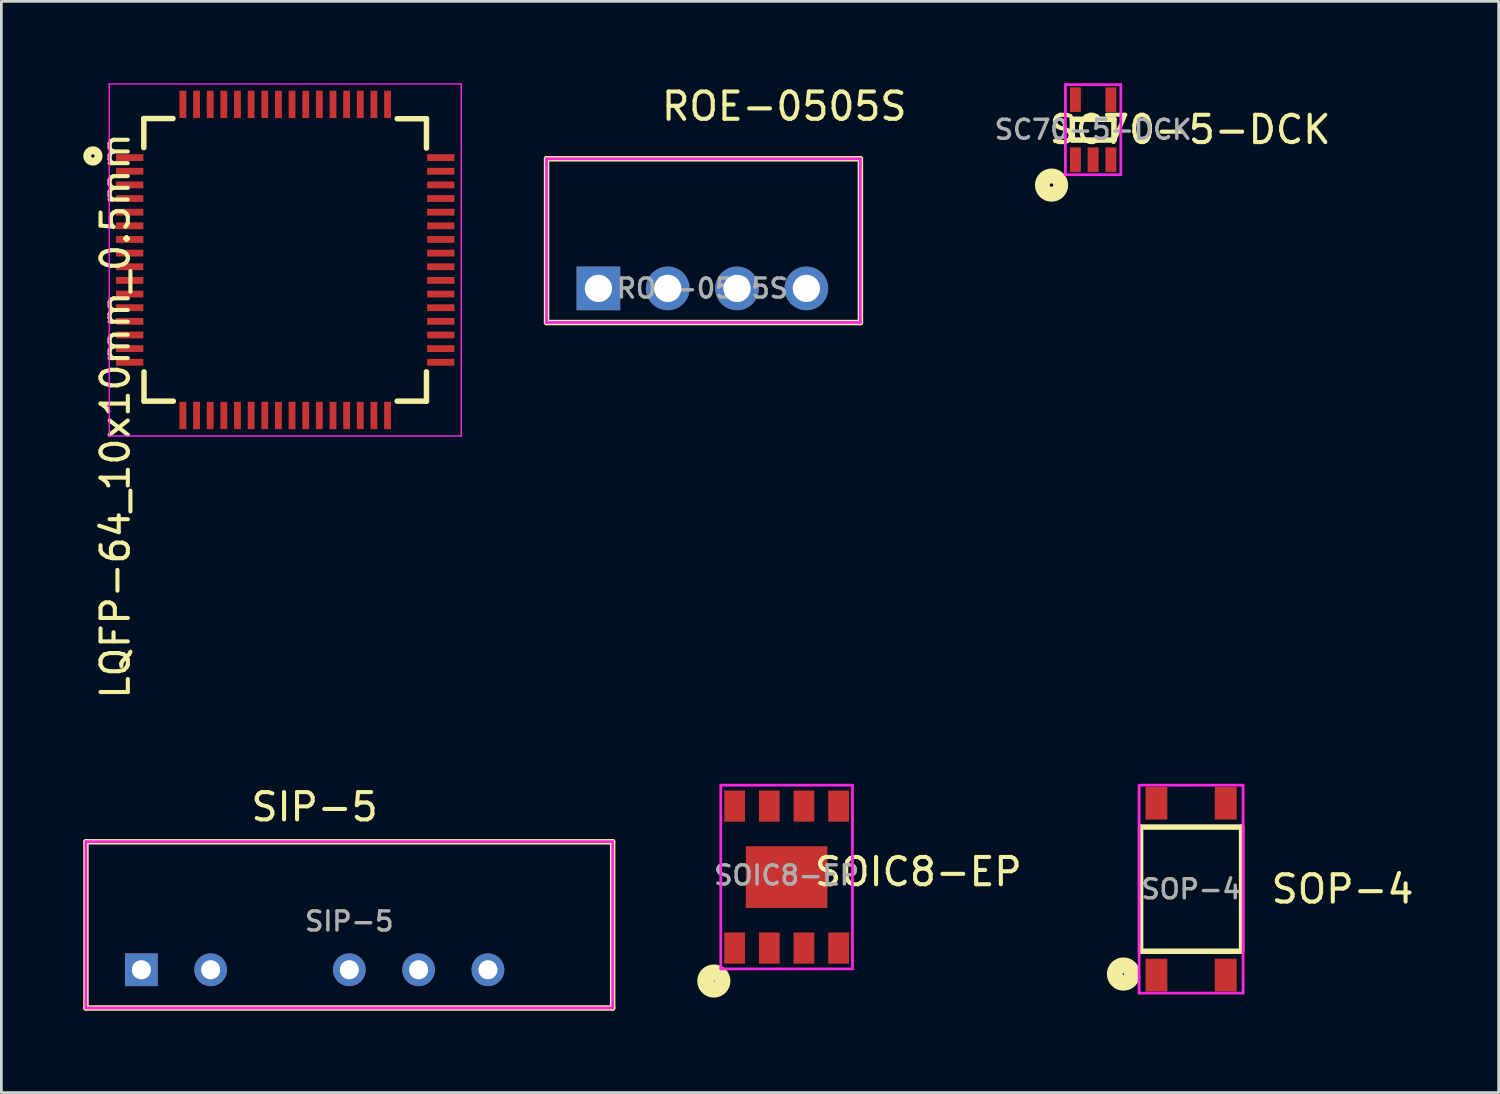
<source format=kicad_pcb>
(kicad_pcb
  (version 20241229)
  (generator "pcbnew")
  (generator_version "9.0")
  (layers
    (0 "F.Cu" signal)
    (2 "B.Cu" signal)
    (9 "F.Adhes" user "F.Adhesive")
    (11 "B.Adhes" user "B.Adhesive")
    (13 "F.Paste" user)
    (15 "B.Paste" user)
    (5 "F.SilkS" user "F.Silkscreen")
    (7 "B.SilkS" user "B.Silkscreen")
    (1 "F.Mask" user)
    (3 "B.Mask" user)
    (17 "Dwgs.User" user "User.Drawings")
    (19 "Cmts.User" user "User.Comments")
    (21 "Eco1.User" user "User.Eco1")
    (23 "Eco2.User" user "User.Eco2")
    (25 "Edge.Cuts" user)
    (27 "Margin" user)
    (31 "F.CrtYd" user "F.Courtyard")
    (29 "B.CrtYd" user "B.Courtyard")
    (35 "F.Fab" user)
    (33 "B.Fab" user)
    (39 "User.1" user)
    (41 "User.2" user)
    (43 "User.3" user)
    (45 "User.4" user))
  (footprint "LQFP-64_10x10mm_0.5mm"
    (placed yes)
    (layer "F.Cu")
    (at 7.402 6.475)
    (property "Reference" "LQFP-64_10x10mm_0.5mm" (at -6.223 5.715 90) (layer "F.SilkS") (effects (font (size 1 1) (thickness 0.15))))
    (attr smd)
    (fp_line (start -5.182 -5.182) (end -5.182 -4.115) (stroke (width 0.2) (type solid)) (layer "F.SilkS"))
    (fp_line (start -5.175 5.175) (end -5.175 4.1) (stroke (width 0.2) (type solid)) (layer "F.SilkS"))
    (fp_line (start -5.175 5.175) (end -4.1 5.175) (stroke (width 0.2) (type solid)) (layer "F.SilkS"))
    (fp_line (start -4.115 -5.182) (end -5.182 -5.182) (stroke (width 0.2) (type solid)) (layer "F.SilkS"))
    (fp_line (start 5.175 -5.175) (end 4.1 -5.175) (stroke (width 0.2) (type solid)) (layer "F.SilkS"))
    (fp_line (start 5.175 -5.175) (end 5.175 -4.1) (stroke (width 0.2) (type solid)) (layer "F.SilkS"))
    (fp_line (start 5.175 5.175) (end 4.1 5.175) (stroke (width 0.2) (type solid)) (layer "F.SilkS"))
    (fp_line (start 5.175 5.175) (end 5.175 4.1) (stroke (width 0.2) (type solid)) (layer "F.SilkS"))
    (fp_circle (center -7.048 -3.81) (end -6.985 -3.81) (stroke (width 0.2) (type solid)) (fill no) (layer "F.SilkS"))
    (fp_circle (center -7.048 -3.81) (end -6.795 -3.81) (stroke (width 0.2) (type solid)) (fill no) (layer "F.SilkS"))
    (fp_line (start -6.45 -6.45) (end -6.45 6.45) (stroke (width 0.05) (type solid)) (layer "F.CrtYd"))
    (fp_line (start -6.45 -6.45) (end 6.45 -6.45) (stroke (width 0.05) (type solid)) (layer "F.CrtYd"))
    (fp_line (start -6.45 6.45) (end 6.45 6.45) (stroke (width 0.05) (type solid)) (layer "F.CrtYd"))
    (fp_line (start 6.45 -6.45) (end 6.45 6.45) (stroke (width 0.05) (type solid)) (layer "F.CrtYd"))
    (pad "1" smd rect (at -5.7 -3.75) (size 1 0.25) (layers "F.Cu" "F.Mask" "F.Paste"))
    (pad "2" smd rect (at -5.7 -3.25) (size 1 0.25) (layers "F.Cu" "F.Mask" "F.Paste"))
    (pad "3" smd rect (at -5.7 -2.75) (size 1 0.25) (layers "F.Cu" "F.Mask" "F.Paste"))
    (pad "4" smd rect (at -5.7 -2.25) (size 1 0.25) (layers "F.Cu" "F.Mask" "F.Paste"))
    (pad "5" smd rect (at -5.7 -1.75) (size 1 0.25) (layers "F.Cu" "F.Mask" "F.Paste"))
    (pad "6" smd rect (at -5.7 -1.25) (size 1 0.25) (layers "F.Cu" "F.Mask" "F.Paste"))
    (pad "7" smd rect (at -5.7 -0.75) (size 1 0.25) (layers "F.Cu" "F.Mask" "F.Paste"))
    (pad "8" smd rect (at -5.7 -0.25) (size 1 0.25) (layers "F.Cu" "F.Mask" "F.Paste"))
    (pad "9" smd rect (at -5.7 0.25) (size 1 0.25) (layers "F.Cu" "F.Mask" "F.Paste"))
    (pad "10" smd rect (at -5.7 0.75) (size 1 0.25) (layers "F.Cu" "F.Mask" "F.Paste"))
    (pad "11" smd rect (at -5.7 1.25) (size 1 0.25) (layers "F.Cu" "F.Mask" "F.Paste"))
    (pad "12" smd rect (at -5.7 1.75) (size 1 0.25) (layers "F.Cu" "F.Mask" "F.Paste"))
    (pad "13" smd rect (at -5.7 2.25) (size 1 0.25) (layers "F.Cu" "F.Mask" "F.Paste"))
    (pad "14" smd rect (at -5.7 2.75) (size 1 0.25) (layers "F.Cu" "F.Mask" "F.Paste"))
    (pad "15" smd rect (at -5.7 3.25) (size 1 0.25) (layers "F.Cu" "F.Mask" "F.Paste"))
    (pad "16" smd rect (at -5.7 3.75) (size 1 0.25) (layers "F.Cu" "F.Mask" "F.Paste"))
    (pad "17" smd rect (at -3.75 5.7 90) (size 1 0.25) (layers "F.Cu" "F.Mask" "F.Paste"))
    (pad "18" smd rect (at -3.25 5.7 90) (size 1 0.25) (layers "F.Cu" "F.Mask" "F.Paste"))
    (pad "19" smd rect (at -2.75 5.7 90) (size 1 0.25) (layers "F.Cu" "F.Mask" "F.Paste"))
    (pad "20" smd rect (at -2.25 5.7 90) (size 1 0.25) (layers "F.Cu" "F.Mask" "F.Paste"))
    (pad "21" smd rect (at -1.75 5.7 90) (size 1 0.25) (layers "F.Cu" "F.Mask" "F.Paste"))
    (pad "22" smd rect (at -1.25 5.7 90) (size 1 0.25) (layers "F.Cu" "F.Mask" "F.Paste"))
    (pad "23" smd rect (at -0.75 5.7 90) (size 1 0.25) (layers "F.Cu" "F.Mask" "F.Paste"))
    (pad "24" smd rect (at -0.25 5.7 90) (size 1 0.25) (layers "F.Cu" "F.Mask" "F.Paste"))
    (pad "25" smd rect (at 0.25 5.7 90) (size 1 0.25) (layers "F.Cu" "F.Mask" "F.Paste"))
    (pad "26" smd rect (at 0.75 5.7 90) (size 1 0.25) (layers "F.Cu" "F.Mask" "F.Paste"))
    (pad "27" smd rect (at 1.25 5.7 90) (size 1 0.25) (layers "F.Cu" "F.Mask" "F.Paste"))
    (pad "28" smd rect (at 1.75 5.7 90) (size 1 0.25) (layers "F.Cu" "F.Mask" "F.Paste"))
    (pad "29" smd rect (at 2.25 5.7 90) (size 1 0.25) (layers "F.Cu" "F.Mask" "F.Paste"))
    (pad "30" smd rect (at 2.75 5.7 90) (size 1 0.25) (layers "F.Cu" "F.Mask" "F.Paste"))
    (pad "31" smd rect (at 3.25 5.7 90) (size 1 0.25) (layers "F.Cu" "F.Mask" "F.Paste"))
    (pad "32" smd rect (at 3.75 5.7 90) (size 1 0.25) (layers "F.Cu" "F.Mask" "F.Paste"))
    (pad "33" smd rect (at 5.7 3.75) (size 1 0.25) (layers "F.Cu" "F.Mask" "F.Paste"))
    (pad "34" smd rect (at 5.7 3.25) (size 1 0.25) (layers "F.Cu" "F.Mask" "F.Paste"))
    (pad "35" smd rect (at 5.7 2.75) (size 1 0.25) (layers "F.Cu" "F.Mask" "F.Paste"))
    (pad "36" smd rect (at 5.7 2.25) (size 1 0.25) (layers "F.Cu" "F.Mask" "F.Paste"))
    (pad "37" smd rect (at 5.7 1.75) (size 1 0.25) (layers "F.Cu" "F.Mask" "F.Paste"))
    (pad "38" smd rect (at 5.7 1.25) (size 1 0.25) (layers "F.Cu" "F.Mask" "F.Paste"))
    (pad "39" smd rect (at 5.7 0.75) (size 1 0.25) (layers "F.Cu" "F.Mask" "F.Paste"))
    (pad "40" smd rect (at 5.7 0.25) (size 1 0.25) (layers "F.Cu" "F.Mask" "F.Paste"))
    (pad "41" smd rect (at 5.7 -0.25) (size 1 0.25) (layers "F.Cu" "F.Mask" "F.Paste"))
    (pad "42" smd rect (at 5.7 -0.75) (size 1 0.25) (layers "F.Cu" "F.Mask" "F.Paste"))
    (pad "43" smd rect (at 5.7 -1.25) (size 1 0.25) (layers "F.Cu" "F.Mask" "F.Paste"))
    (pad "44" smd rect (at 5.7 -1.75) (size 1 0.25) (layers "F.Cu" "F.Mask" "F.Paste"))
    (pad "45" smd rect (at 5.7 -2.25) (size 1 0.25) (layers "F.Cu" "F.Mask" "F.Paste"))
    (pad "46" smd rect (at 5.7 -2.75) (size 1 0.25) (layers "F.Cu" "F.Mask" "F.Paste"))
    (pad "47" smd rect (at 5.7 -3.25) (size 1 0.25) (layers "F.Cu" "F.Mask" "F.Paste"))
    (pad "48" smd rect (at 5.7 -3.75) (size 1 0.25) (layers "F.Cu" "F.Mask" "F.Paste"))
    (pad "49" smd rect (at 3.75 -5.7 90) (size 1 0.25) (layers "F.Cu" "F.Mask" "F.Paste"))
    (pad "50" smd rect (at 3.25 -5.7 90) (size 1 0.25) (layers "F.Cu" "F.Mask" "F.Paste"))
    (pad "51" smd rect (at 2.75 -5.7 90) (size 1 0.25) (layers "F.Cu" "F.Mask" "F.Paste"))
    (pad "52" smd rect (at 2.25 -5.7 90) (size 1 0.25) (layers "F.Cu" "F.Mask" "F.Paste"))
    (pad "53" smd rect (at 1.75 -5.7 90) (size 1 0.25) (layers "F.Cu" "F.Mask" "F.Paste"))
    (pad "54" smd rect (at 1.25 -5.7 90) (size 1 0.25) (layers "F.Cu" "F.Mask" "F.Paste"))
    (pad "55" smd rect (at 0.75 -5.7 90) (size 1 0.25) (layers "F.Cu" "F.Mask" "F.Paste"))
    (pad "56" smd rect (at 0.25 -5.7 90) (size 1 0.25) (layers "F.Cu" "F.Mask" "F.Paste"))
    (pad "57" smd rect (at -0.25 -5.7 90) (size 1 0.25) (layers "F.Cu" "F.Mask" "F.Paste"))
    (pad "58" smd rect (at -0.75 -5.7 90) (size 1 0.25) (layers "F.Cu" "F.Mask" "F.Paste"))
    (pad "59" smd rect (at -1.25 -5.7 90) (size 1 0.25) (layers "F.Cu" "F.Mask" "F.Paste"))
    (pad "60" smd rect (at -1.75 -5.7 90) (size 1 0.25) (layers "F.Cu" "F.Mask" "F.Paste"))
    (pad "61" smd rect (at -2.25 -5.7 90) (size 1 0.25) (layers "F.Cu" "F.Mask" "F.Paste"))
    (pad "62" smd rect (at -2.75 -5.7 90) (size 1 0.25) (layers "F.Cu" "F.Mask" "F.Paste"))
    (pad "63" smd rect (at -3.25 -5.7 90) (size 1 0.25) (layers "F.Cu" "F.Mask" "F.Paste"))
    (pad "64" smd rect (at -3.75 -5.7 90) (size 1 0.25) (layers "F.Cu" "F.Mask" "F.Paste")))
  (footprint "SOIC8-EP"
    (layer "F.Cu")
    (at 25.775 29.09)
    (property "Reference" "SOIC8-EP" (at 4.826 -0.193 0) (layer "F.SilkS") (effects (font (size 1 1) (thickness 0.15))))
    (attr through_hole)
    (fp_circle (center -2.667 3.808) (end -2.54 3.808) (stroke (width 0.2) (type solid)) (fill no) (layer "F.SilkS"))
    (fp_circle (center -2.667 3.808) (end -2.413 3.808) (stroke (width 0.2) (type solid)) (fill no) (layer "F.SilkS"))
    (fp_circle (center -2.667 3.808) (end -2.286 3.808) (stroke (width 0.2) (type solid)) (fill no) (layer "F.SilkS"))
    (fp_circle (center -2.667 3.808) (end -2.159 3.808) (stroke (width 0.2) (type solid)) (fill no) (layer "F.SilkS"))
    (fp_circle (center -2.603 3.808) (end -2.667 3.808) (stroke (width 0.2) (type solid)) (fill no) (layer "F.SilkS"))
    (fp_line (start -2.413 -3.368) (end -2.413 3.364) (stroke (width 0.1) (type solid)) (layer "F.CrtYd"))
    (fp_line (start -2.413 3.364) (end 2.413 3.364) (stroke (width 0.1) (type solid)) (layer "F.CrtYd"))
    (fp_line (start 2.413 -3.368) (end -2.413 -3.368) (stroke (width 0.1) (type solid)) (layer "F.CrtYd"))
    (fp_line (start 2.413 3.364) (end 2.413 -3.368) (stroke (width 0.1) (type solid)) (layer "F.CrtYd"))
    (fp_text user "${REFERENCE}" (at 0 -0.066 0) (layer "F.Fab") (effects (font (size 0.7 0.7) (thickness 0.125))))
    (pad "1" smd rect (at -1.905 2.602) (size 0.76 1.143) (layers "F.Cu" "F.Mask" "F.Paste"))
    (pad "2" smd rect (at -0.635 2.602) (size 0.76 1.143) (layers "F.Cu" "F.Mask" "F.Paste"))
    (pad "3" smd rect (at 0.635 2.602) (size 0.76 1.143) (layers "F.Cu" "F.Mask" "F.Paste"))
    (pad "4" smd rect (at 1.905 2.602) (size 0.76 1.143) (layers "F.Cu" "F.Mask" "F.Paste"))
    (pad "5" smd rect (at 1.905 -2.602) (size 0.76 1.143) (layers "F.Cu" "F.Mask" "F.Paste"))
    (pad "6" smd rect (at 0.635 -2.602) (size 0.76 1.143) (layers "F.Cu" "F.Mask" "F.Paste"))
    (pad "7" smd rect (at -0.635 -2.602) (size 0.76 1.143) (layers "F.Cu" "F.Mask" "F.Paste"))
    (pad "8" smd rect (at -1.905 -2.602) (size 0.76 1.143) (layers "F.Cu" "F.Mask" "F.Paste"))
    (pad "EP" smd rect (at 0 0) (size 2.99 2.26) (layers "F.Cu" "F.Mask" "F.Paste")))
  (footprint "SIP-5"
    (layer "F.Cu")
    (at 8.48 32.486)
    (property "Reference" "SIP-5" (at -0.002 -5.966 0) (layer "F.SilkS") (effects (font (size 1 1) (thickness 0.15))))
    (attr through_hole)
    (fp_line (start -8.38 -4.69) (end 10.92 -4.69) (stroke (width 0.2) (type solid)) (layer "F.SilkS"))
    (fp_line (start -8.38 1.4) (end -8.38 -4.69) (stroke (width 0.2) (type solid)) (layer "F.SilkS"))
    (fp_line (start 10.92 -4.69) (end 10.92 1.4) (stroke (width 0.2) (type solid)) (layer "F.SilkS"))
    (fp_line (start 10.92 1.4) (end -8.38 1.4) (stroke (width 0.2) (type solid)) (layer "F.SilkS"))
    (fp_line (start -8.384 -4.696) (end 10.92 -4.696) (stroke (width 0.1) (type solid)) (layer "F.CrtYd"))
    (fp_line (start -8.384 1.4) (end -8.384 -4.696) (stroke (width 0.1) (type solid)) (layer "F.CrtYd"))
    (fp_line (start 10.92 -4.696) (end 10.92 1.4) (stroke (width 0.1) (type solid)) (layer "F.CrtYd"))
    (fp_line (start 10.92 1.4) (end -8.384 1.4) (stroke (width 0.1) (type solid)) (layer "F.CrtYd"))
    (fp_text user "${REFERENCE}" (at 1.268 -1.775 0) (layer "F.Fab") (effects (font (size 0.7 0.7) (thickness 0.125))))
    (pad "1" thru_hole rect (at -6.35 0) (size 1.2 1.2) (drill 0.7) (layers "*.Cu" "*.Mask"))
    (pad "2" thru_hole circle (at -3.81 0) (size 1.2 1.2) (drill 0.7) (layers "*.Cu" "*.Mask"))
    (pad "3" thru_hole circle (at 1.27 0) (size 1.2 1.2) (drill 0.7) (layers "*.Cu" "*.Mask"))
    (pad "4" thru_hole circle (at 3.81 0) (size 1.2 1.2) (drill 0.7) (layers "*.Cu" "*.Mask"))
    (pad "5" thru_hole circle (at 6.35 0) (size 1.2 1.2) (drill 0.7) (layers "*.Cu" "*.Mask")))
  (footprint "SC70-5-DCK"
    (layer "F.Cu")
    (at 37.006 1.701)
    (property "Reference" "SC70-5-DCK" (at 3.556 0 0) (layer "F.SilkS") (effects (font (size 1 1) (thickness 0.15))))
    (attr through_hole)
    (fp_line (start -0.762 -0.381) (end -0.762 0.381) (stroke (width 0.2) (type solid)) (layer "F.SilkS"))
    (fp_line (start -0.762 0.381) (end 0.762 0.381) (stroke (width 0.2) (type solid)) (layer "F.SilkS"))
    (fp_line (start 0.762 -0.381) (end -0.762 -0.381) (stroke (width 0.2) (type solid)) (layer "F.SilkS"))
    (fp_line (start 0.762 0.381) (end 0.762 -0.381) (stroke (width 0.2) (type solid)) (layer "F.SilkS"))
    (fp_circle (center -1.524 2.032) (end -1.46 2.032) (stroke (width 0.2) (type solid)) (fill no) (layer "F.SilkS"))
    (fp_circle (center -1.524 2.032) (end -1.27 2.032) (stroke (width 0.2) (type solid)) (fill no) (layer "F.SilkS"))
    (fp_circle (center -1.524 2.032) (end -1.143 2.095) (stroke (width 0.2) (type solid)) (fill no) (layer "F.SilkS"))
    (fp_circle (center -1.524 2.032) (end -1.016 2.032) (stroke (width 0.2) (type solid)) (fill no) (layer "F.SilkS"))
    (fp_line (start -1.016 -1.651) (end -1.016 1.651) (stroke (width 0.1) (type solid)) (layer "F.CrtYd"))
    (fp_line (start -1.016 1.651) (end 1.016 1.651) (stroke (width 0.1) (type solid)) (layer "F.CrtYd"))
    (fp_line (start 1.016 -1.651) (end -1.016 -1.651) (stroke (width 0.1) (type solid)) (layer "F.CrtYd"))
    (fp_line (start 1.016 1.651) (end 1.016 -1.651) (stroke (width 0.1) (type solid)) (layer "F.CrtYd"))
    (fp_text user "${REFERENCE}" (at 0 0 0) (layer "F.Fab") (effects (font (size 0.7 0.7) (thickness 0.125))))
    (pad "1" smd rect (at -0.65 1.1) (size 0.4 0.9) (layers "F.Cu" "F.Mask" "F.Paste"))
    (pad "2" smd rect (at 0 1.1) (size 0.4 0.9) (layers "F.Cu" "F.Mask" "F.Paste"))
    (pad "3" smd rect (at 0.65 1.1) (size 0.4 0.9) (layers "F.Cu" "F.Mask" "F.Paste"))
    (pad "4" smd rect (at 0.65 -1.1) (size 0.4 0.9) (layers "F.Cu" "F.Mask" "F.Paste"))
    (pad "5" smd rect (at -0.65 -1.1) (size 0.4 0.9) (layers "F.Cu" "F.Mask" "F.Paste")))
  (footprint "SOP-4"
    (layer "F.Cu")
    (at 40.596 29.532)
    (property "Reference" "SOP-4" (at 5.55 0 0) (layer "F.SilkS") (effects (font (size 1 1) (thickness 0.15))))
    (attr through_hole)
    (fp_line (start -1.85 -2.275) (end -1.85 2.275) (stroke (width 0.2) (type solid)) (layer "F.SilkS"))
    (fp_line (start -1.85 2.275) (end 1.85 2.275) (stroke (width 0.2) (type solid)) (layer "F.SilkS"))
    (fp_line (start 1.85 -2.275) (end -1.85 -2.275) (stroke (width 0.2) (type solid)) (layer "F.SilkS"))
    (fp_line (start 1.85 2.275) (end 1.85 -2.275) (stroke (width 0.2) (type solid)) (layer "F.SilkS"))
    (fp_circle (center -2.477 3.111) (end -2.413 3.111) (stroke (width 0.2) (type solid)) (fill no) (layer "F.SilkS"))
    (fp_circle (center -2.477 3.111) (end -2.349 3.111) (stroke (width 0.2) (type solid)) (fill no) (layer "F.SilkS"))
    (fp_circle (center -2.477 3.111) (end -2.223 3.111) (stroke (width 0.2) (type solid)) (fill no) (layer "F.SilkS"))
    (fp_circle (center -2.477 3.111) (end -2.095 3.175) (stroke (width 0.2) (type solid)) (fill no) (layer "F.SilkS"))
    (fp_circle (center -2.477 3.111) (end -1.968 3.111) (stroke (width 0.2) (type solid)) (fill no) (layer "F.SilkS"))
    (fp_line (start -1.905 -3.81) (end -1.905 3.81) (stroke (width 0.1) (type solid)) (layer "F.CrtYd"))
    (fp_line (start -1.905 3.81) (end 1.905 3.81) (stroke (width 0.1) (type solid)) (layer "F.CrtYd"))
    (fp_line (start 1.905 -3.81) (end -1.905 -3.81) (stroke (width 0.1) (type solid)) (layer "F.CrtYd"))
    (fp_line (start 1.905 3.81) (end 1.905 -3.81) (stroke (width 0.1) (type solid)) (layer "F.CrtYd"))
    (fp_text user "${REFERENCE}" (at 0 0 0) (layer "F.Fab") (effects (font (size 0.7 0.7) (thickness 0.125))))
    (pad "1" smd rect (at -1.27 3.15) (size 0.8 1.2) (layers "F.Cu" "F.Mask" "F.Paste"))
    (pad "3" smd rect (at 1.27 3.15) (size 0.8 1.2) (layers "F.Cu" "F.Mask" "F.Paste"))
    (pad "4" smd rect (at 1.27 -3.15) (size 0.8 1.2) (layers "F.Cu" "F.Mask" "F.Paste"))
    (pad "6" smd rect (at -1.27 -3.15) (size 0.8 1.2) (layers "F.Cu" "F.Mask" "F.Paste")))
  (footprint "ROE-0505S"
    (layer "F.Cu")
    (at 22.688 7.518)
    (property "Reference" "ROE-0505S" (at 3 -6.67 0) (layer "F.SilkS") (effects (font (size 1 1) (thickness 0.15))))
    (attr through_hole)
    (fp_line (start -5.71 -4.75) (end 5.79 -4.75) (stroke (width 0.2) (type solid)) (layer "F.SilkS"))
    (fp_line (start -5.71 1.25) (end -5.71 -4.75) (stroke (width 0.2) (type solid)) (layer "F.SilkS"))
    (fp_line (start 5.79 -4.75) (end 5.79 1.25) (stroke (width 0.2) (type solid)) (layer "F.SilkS"))
    (fp_line (start 5.79 1.25) (end -5.71 1.25) (stroke (width 0.2) (type solid)) (layer "F.SilkS"))
    (fp_line (start -5.71 -4.75) (end 5.79 -4.75) (stroke (width 0.1) (type solid)) (layer "F.CrtYd"))
    (fp_line (start -5.71 1.25) (end -5.71 -4.75) (stroke (width 0.1) (type solid)) (layer "F.CrtYd"))
    (fp_line (start 5.79 -4.75) (end 5.79 1.25) (stroke (width 0.1) (type solid)) (layer "F.CrtYd"))
    (fp_line (start 5.79 1.25) (end -5.71 1.25) (stroke (width 0.1) (type solid)) (layer "F.CrtYd"))
    (fp_text user "${REFERENCE}" (at 0 0 0) (layer "F.Fab") (effects (font (size 0.7 0.7) (thickness 0.125))))
    (pad "1" thru_hole rect (at -3.81 0) (size 1.6 1.6) (drill 1) (layers "*.Cu" "*.Mask"))
    (pad "2" thru_hole circle (at -1.27 0) (size 1.6 1.6) (drill 1) (layers "*.Cu" "*.Mask"))
    (pad "3" thru_hole circle (at 1.27 0) (size 1.6 1.6) (drill 1) (layers "*.Cu" "*.Mask"))
    (pad "4" thru_hole circle (at 3.81 0) (size 1.6 1.6) (drill 1) (layers "*.Cu" "*.Mask")))
  (gr_rect
    (start -3 -3)
    (end 51.866 36.986)
    (stroke (width 0.1) (type default))
    (fill no)
    (layer "Edge.Cuts")))
</source>
